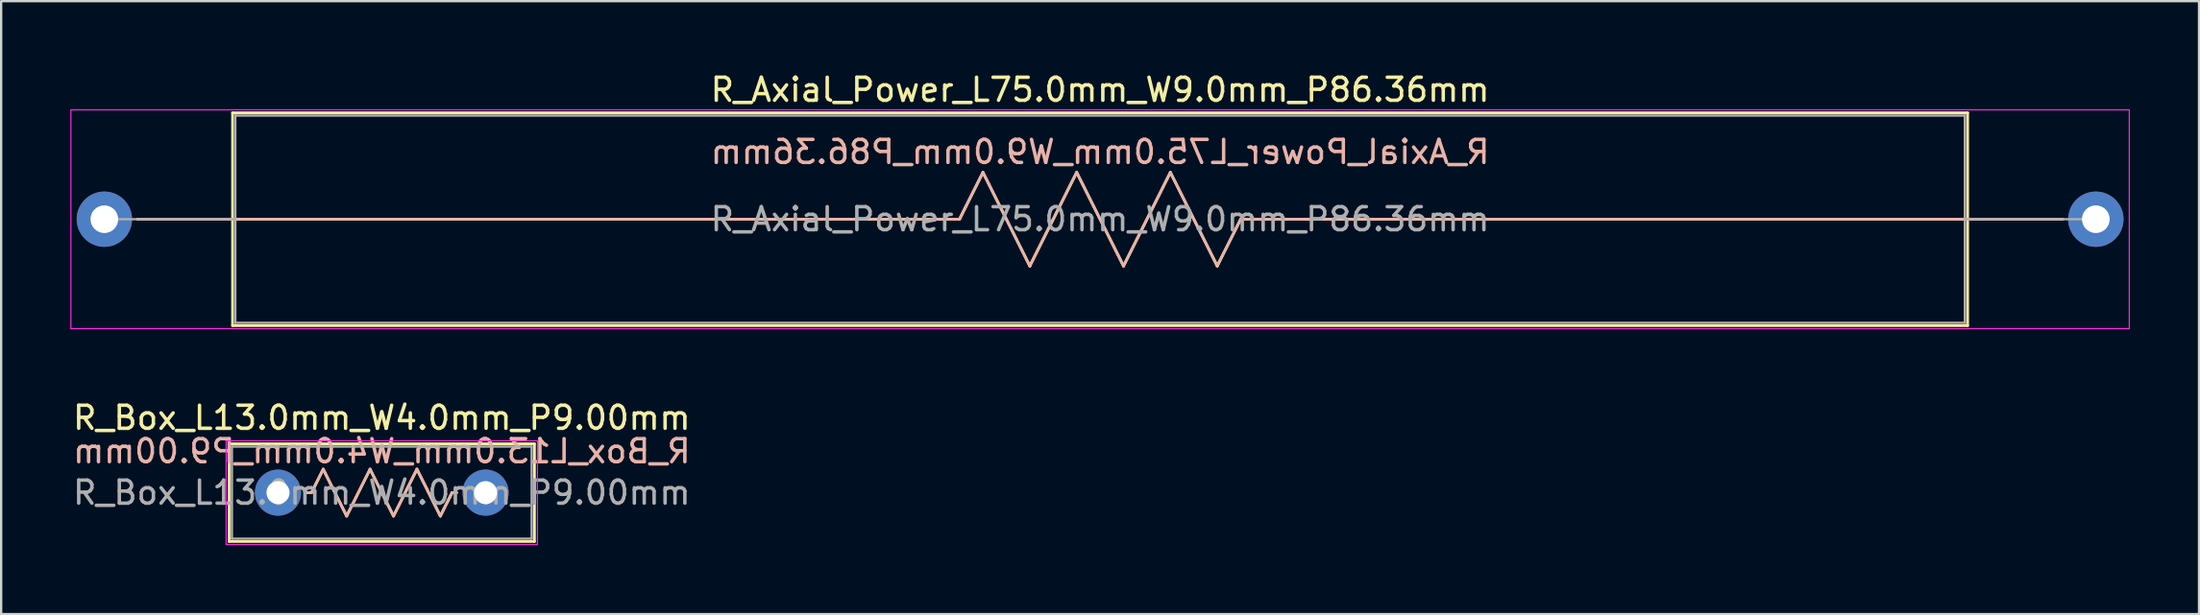
<source format=kicad_pcb>
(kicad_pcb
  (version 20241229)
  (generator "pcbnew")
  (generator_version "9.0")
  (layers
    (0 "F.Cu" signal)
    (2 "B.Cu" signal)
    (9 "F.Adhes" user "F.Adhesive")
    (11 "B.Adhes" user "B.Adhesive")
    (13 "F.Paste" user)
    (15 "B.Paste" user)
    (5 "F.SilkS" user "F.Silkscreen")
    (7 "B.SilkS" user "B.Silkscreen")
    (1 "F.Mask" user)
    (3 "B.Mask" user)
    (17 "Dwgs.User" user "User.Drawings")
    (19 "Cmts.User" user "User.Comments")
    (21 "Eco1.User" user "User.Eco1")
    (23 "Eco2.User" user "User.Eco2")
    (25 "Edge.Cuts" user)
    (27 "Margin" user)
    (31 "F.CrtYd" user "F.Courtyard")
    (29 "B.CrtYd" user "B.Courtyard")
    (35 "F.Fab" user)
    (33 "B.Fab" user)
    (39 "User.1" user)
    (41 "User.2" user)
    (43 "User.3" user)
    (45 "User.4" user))
  (footprint "R_Box_L13.0mm_W4.0mm_P9.00mm"
    (layer "F.Cu")
    (at 9.006 18.341)
    (property "Reference" "R_Box_L13.0mm_W4.0mm_P9.00mm" (at 4.5 -3.25 0) (layer "F.SilkS") (effects (font (size 1 1) (thickness 0.15))))
    (attr through_hole)
    (fp_line (start -2.12 -2.12) (end -2.12 2.12) (stroke (width 0.12) (type solid)) (layer "F.SilkS"))
    (fp_line (start -2.12 -2.12) (end 11.12 -2.12) (stroke (width 0.12) (type solid)) (layer "F.SilkS"))
    (fp_line (start -2.12 2.12) (end 11.12 2.12) (stroke (width 0.12) (type solid)) (layer "F.SilkS"))
    (fp_line (start 1.452 0) (end 1.27 0) (stroke (width 0.12) (type solid)) (layer "F.SilkS"))
    (fp_line (start 1.452 0) (end 1.96 -1.016) (stroke (width 0.12) (type solid)) (layer "F.SilkS"))
    (fp_line (start 1.96 -1.016) (end 2.976 1.016) (stroke (width 0.12) (type solid)) (layer "F.SilkS"))
    (fp_line (start 2.976 1.016) (end 3.992 -1.016) (stroke (width 0.12) (type solid)) (layer "F.SilkS"))
    (fp_line (start 3.992 -1.016) (end 5.008 1.016) (stroke (width 0.12) (type solid)) (layer "F.SilkS"))
    (fp_line (start 5.008 1.016) (end 6.024 -1.016) (stroke (width 0.12) (type solid)) (layer "F.SilkS"))
    (fp_line (start 6.024 -1.016) (end 7.04 1.016) (stroke (width 0.12) (type solid)) (layer "F.SilkS"))
    (fp_line (start 7.04 1.016) (end 7.548 0) (stroke (width 0.12) (type solid)) (layer "F.SilkS"))
    (fp_line (start 7.548 0) (end 7.747 0) (stroke (width 0.12) (type solid)) (layer "F.SilkS"))
    (fp_line (start 11.12 -2.12) (end 11.12 2.12) (stroke (width 0.12) (type solid)) (layer "F.SilkS"))
    (fp_line (start 1.452 0) (end 1.27 0) (stroke (width 0.12) (type solid)) (layer "B.SilkS"))
    (fp_line (start 1.452 0) (end 1.96 -1.016) (stroke (width 0.12) (type solid)) (layer "B.SilkS"))
    (fp_line (start 1.96 -1.016) (end 2.976 1.016) (stroke (width 0.12) (type solid)) (layer "B.SilkS"))
    (fp_line (start 2.976 1.016) (end 3.992 -1.016) (stroke (width 0.12) (type solid)) (layer "B.SilkS"))
    (fp_line (start 3.992 -1.016) (end 5.008 1.016) (stroke (width 0.12) (type solid)) (layer "B.SilkS"))
    (fp_line (start 5.008 1.016) (end 6.024 -1.016) (stroke (width 0.12) (type solid)) (layer "B.SilkS"))
    (fp_line (start 6.024 -1.016) (end 7.04 1.016) (stroke (width 0.12) (type solid)) (layer "B.SilkS"))
    (fp_line (start 7.04 1.016) (end 7.548 0) (stroke (width 0.12) (type solid)) (layer "B.SilkS"))
    (fp_line (start 7.548 0) (end 7.747 0) (stroke (width 0.12) (type solid)) (layer "B.SilkS"))
    (fp_line (start -2.25 -2.25) (end -2.25 2.25) (stroke (width 0.05) (type solid)) (layer "F.CrtYd"))
    (fp_line (start -2.25 2.25) (end 11.25 2.25) (stroke (width 0.05) (type solid)) (layer "F.CrtYd"))
    (fp_line (start 11.25 -2.25) (end -2.25 -2.25) (stroke (width 0.05) (type solid)) (layer "F.CrtYd"))
    (fp_line (start 11.25 2.25) (end 11.25 -2.25) (stroke (width 0.05) (type solid)) (layer "F.CrtYd"))
    (fp_line (start -2 -2) (end -2 2) (stroke (width 0.1) (type solid)) (layer "F.Fab"))
    (fp_line (start -2 2) (end 11 2) (stroke (width 0.1) (type solid)) (layer "F.Fab"))
    (fp_line (start 11 -2) (end -2 -2) (stroke (width 0.1) (type solid)) (layer "F.Fab"))
    (fp_line (start 11 2) (end 11 -2) (stroke (width 0.1) (type solid)) (layer "F.Fab"))
    (fp_text user "${REFERENCE}" (at 4.5 -1.8 0) (unlocked yes) (layer "B.SilkS") (effects (font (size 1 1) (thickness 0.15)) (justify mirror)))
    (fp_text user "${REFERENCE}" (at 4.5 0 0) (layer "F.Fab") (effects (font (size 1 1) (thickness 0.15))))
    (pad "1" thru_hole circle (at 0 0) (size 2 2) (drill 1) (layers "*.Cu" "*.Mask"))
    (pad "2" thru_hole circle (at 9 0) (size 2 2) (drill 1) (layers "*.Cu" "*.Mask")))
  (footprint "R_Axial_Power_L75.0mm_W9.0mm_P86.36mm"
    (layer "F.Cu")
    (at 1.475 6.468)
    (property "Reference" "R_Axial_Power_L75.0mm_W9.0mm_P86.36mm" (at 43.18 -5.62 0) (layer "F.SilkS") (effects (font (size 1 1) (thickness 0.15))))
    (attr through_hole)
    (fp_line (start 1.44 0) (end 5.56 0) (stroke (width 0.12) (type solid)) (layer "F.SilkS"))
    (fp_line (start 5.56 -4.62) (end 5.56 4.62) (stroke (width 0.12) (type solid)) (layer "F.SilkS"))
    (fp_line (start 5.56 0) (end 37.084 0) (stroke (width 0.12) (type solid)) (layer "F.SilkS"))
    (fp_line (start 5.56 4.62) (end 80.8 4.62) (stroke (width 0.12) (type solid)) (layer "F.SilkS"))
    (fp_line (start 37.084 0) (end 38.1 -2.032) (stroke (width 0.12) (type solid)) (layer "F.SilkS"))
    (fp_line (start 38.1 -2.032) (end 40.132 2.032) (stroke (width 0.12) (type solid)) (layer "F.SilkS"))
    (fp_line (start 40.132 2.032) (end 42.164 -2.032) (stroke (width 0.12) (type solid)) (layer "F.SilkS"))
    (fp_line (start 42.164 -2.032) (end 44.196 2.032) (stroke (width 0.12) (type solid)) (layer "F.SilkS"))
    (fp_line (start 44.196 2.032) (end 46.228 -2.032) (stroke (width 0.12) (type solid)) (layer "F.SilkS"))
    (fp_line (start 46.228 -2.032) (end 48.26 2.032) (stroke (width 0.12) (type solid)) (layer "F.SilkS"))
    (fp_line (start 48.26 2.032) (end 49.276 0) (stroke (width 0.12) (type solid)) (layer "F.SilkS"))
    (fp_line (start 80.8 -4.62) (end 5.56 -4.62) (stroke (width 0.12) (type solid)) (layer "F.SilkS"))
    (fp_line (start 80.8 0) (end 49.276 0) (stroke (width 0.12) (type solid)) (layer "F.SilkS"))
    (fp_line (start 80.8 4.62) (end 80.8 -4.62) (stroke (width 0.12) (type solid)) (layer "F.SilkS"))
    (fp_line (start 84.92 0) (end 80.8 0) (stroke (width 0.12) (type solid)) (layer "F.SilkS"))
    (fp_line (start 1.46 0) (end 37.084 0) (stroke (width 0.12) (type solid)) (layer "B.SilkS"))
    (fp_line (start 37.084 0) (end 38.1 -2.032) (stroke (width 0.12) (type solid)) (layer "B.SilkS"))
    (fp_line (start 38.1 -2.032) (end 40.132 2.032) (stroke (width 0.12) (type solid)) (layer "B.SilkS"))
    (fp_line (start 40.132 2.032) (end 42.164 -2.032) (stroke (width 0.12) (type solid)) (layer "B.SilkS"))
    (fp_line (start 42.164 -2.032) (end 44.196 2.032) (stroke (width 0.12) (type solid)) (layer "B.SilkS"))
    (fp_line (start 44.196 2.032) (end 46.228 -2.032) (stroke (width 0.12) (type solid)) (layer "B.SilkS"))
    (fp_line (start 46.228 -2.032) (end 48.26 2.032) (stroke (width 0.12) (type solid)) (layer "B.SilkS"))
    (fp_line (start 48.26 2.032) (end 49.276 0) (stroke (width 0.12) (type solid)) (layer "B.SilkS"))
    (fp_line (start 49.276 0) (end 84.9 0) (stroke (width 0.12) (type solid)) (layer "B.SilkS"))
    (fp_line (start -1.45 -4.75) (end -1.45 4.75) (stroke (width 0.05) (type solid)) (layer "F.CrtYd"))
    (fp_line (start -1.45 4.75) (end 87.81 4.75) (stroke (width 0.05) (type solid)) (layer "F.CrtYd"))
    (fp_line (start 87.81 -4.75) (end -1.45 -4.75) (stroke (width 0.05) (type solid)) (layer "F.CrtYd"))
    (fp_line (start 87.81 4.75) (end 87.81 -4.75) (stroke (width 0.05) (type solid)) (layer "F.CrtYd"))
    (fp_line (start 0 0) (end 5.68 0) (stroke (width 0.1) (type solid)) (layer "F.Fab"))
    (fp_line (start 5.68 -4.5) (end 5.68 4.5) (stroke (width 0.1) (type solid)) (layer "F.Fab"))
    (fp_line (start 5.68 4.5) (end 80.68 4.5) (stroke (width 0.1) (type solid)) (layer "F.Fab"))
    (fp_line (start 80.68 -4.5) (end 5.68 -4.5) (stroke (width 0.1) (type solid)) (layer "F.Fab"))
    (fp_line (start 80.68 4.5) (end 80.68 -4.5) (stroke (width 0.1) (type solid)) (layer "F.Fab"))
    (fp_line (start 86.36 0) (end 80.68 0) (stroke (width 0.1) (type solid)) (layer "F.Fab"))
    (fp_text user "${REFERENCE}" (at 43.18 -2.921 0) (unlocked yes) (layer "B.SilkS") (effects (font (size 1 1) (thickness 0.15)) (justify mirror)))
    (fp_text user "${REFERENCE}" (at 43.18 0 0) (layer "F.Fab") (effects (font (size 1 1) (thickness 0.15))))
    (pad "1" thru_hole circle (at 0 0) (size 2.4 2.4) (drill 1.2) (layers "*.Cu" "*.Mask"))
    (pad "2" thru_hole oval (at 86.36 0) (size 2.4 2.4) (drill 1.2) (layers "*.Cu" "*.Mask")))
  (gr_rect
    (start -3 -3)
    (end 92.31 23.616)
    (stroke (width 0.1) (type default))
    (fill no)
    (layer "Edge.Cuts")))
</source>
